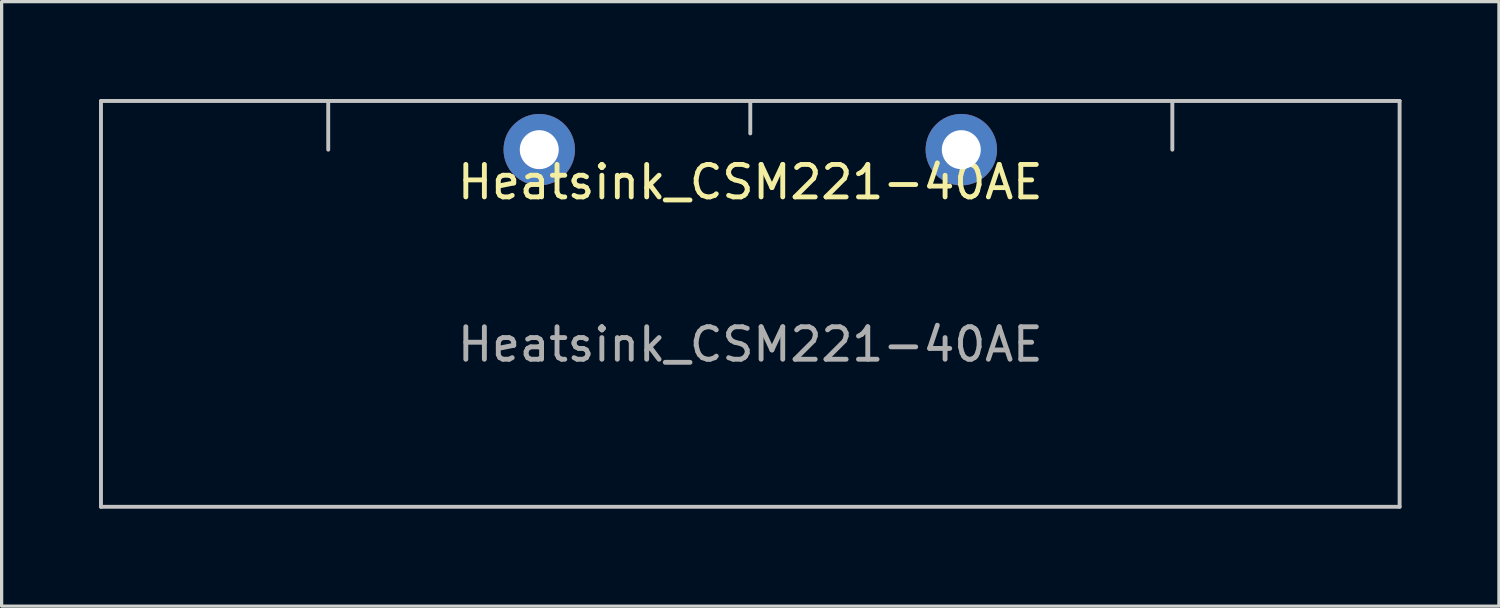
<source format=kicad_pcb>
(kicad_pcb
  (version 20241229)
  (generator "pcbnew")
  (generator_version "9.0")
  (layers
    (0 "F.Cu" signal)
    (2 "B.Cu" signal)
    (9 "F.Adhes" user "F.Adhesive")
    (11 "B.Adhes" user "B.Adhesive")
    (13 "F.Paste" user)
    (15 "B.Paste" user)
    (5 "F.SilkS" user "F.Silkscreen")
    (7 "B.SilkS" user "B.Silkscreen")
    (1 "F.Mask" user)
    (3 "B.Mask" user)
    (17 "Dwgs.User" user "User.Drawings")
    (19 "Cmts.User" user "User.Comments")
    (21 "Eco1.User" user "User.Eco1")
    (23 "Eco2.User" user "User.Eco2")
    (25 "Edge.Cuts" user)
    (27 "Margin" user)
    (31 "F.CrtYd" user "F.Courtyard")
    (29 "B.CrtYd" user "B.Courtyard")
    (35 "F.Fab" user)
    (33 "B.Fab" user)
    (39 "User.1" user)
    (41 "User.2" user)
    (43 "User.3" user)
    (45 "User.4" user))
  (footprint "Heatsink_CSM221-40AE"
    (layer "F.Cu")
    (at 20.06 5.06)
    (property "Reference" "Heatsink_CSM221-40AE" (at 0 -2.5 0) (unlocked yes) (layer "F.SilkS") (effects (font (size 1 1) (thickness 0.15))))
    (attr through_hole)
    (fp_line (start -20 -5) (end 20 -5) (stroke (width 0.12) (type solid)) (layer "Dwgs.User"))
    (fp_line (start -20 7.5) (end -20 -5) (stroke (width 0.12) (type solid)) (layer "Dwgs.User"))
    (fp_line (start -13 -5) (end -13 -3.5) (stroke (width 0.12) (type solid)) (layer "Dwgs.User"))
    (fp_line (start 0 -5) (end 0 -4) (stroke (width 0.12) (type solid)) (layer "Dwgs.User"))
    (fp_line (start 13 -5) (end 13 -3.5) (stroke (width 0.12) (type solid)) (layer "Dwgs.User"))
    (fp_line (start 20 -5) (end 20 7.5) (stroke (width 0.12) (type solid)) (layer "Dwgs.User"))
    (fp_line (start 20 7.5) (end -20 7.5) (stroke (width 0.12) (type solid)) (layer "Dwgs.User"))
    (fp_text user "${REFERENCE}" (at 0 2.5 0) (unlocked yes) (layer "F.Fab") (effects (font (size 1 1) (thickness 0.15))))
    (pad "1" thru_hole circle (at -6.5 -3.5) (size 2.2 2.2) (drill 1.2) (layers "*.Cu" "*.Mask"))
    (pad "2" thru_hole circle (at 6.5 -3.5) (size 2.2 2.2) (drill 1.2) (layers "*.Cu" "*.Mask")))
  (gr_rect
    (start -3 -3)
    (end 43.12 15.62)
    (stroke (width 0.1) (type default))
    (fill no)
    (layer "Edge.Cuts")))
</source>
